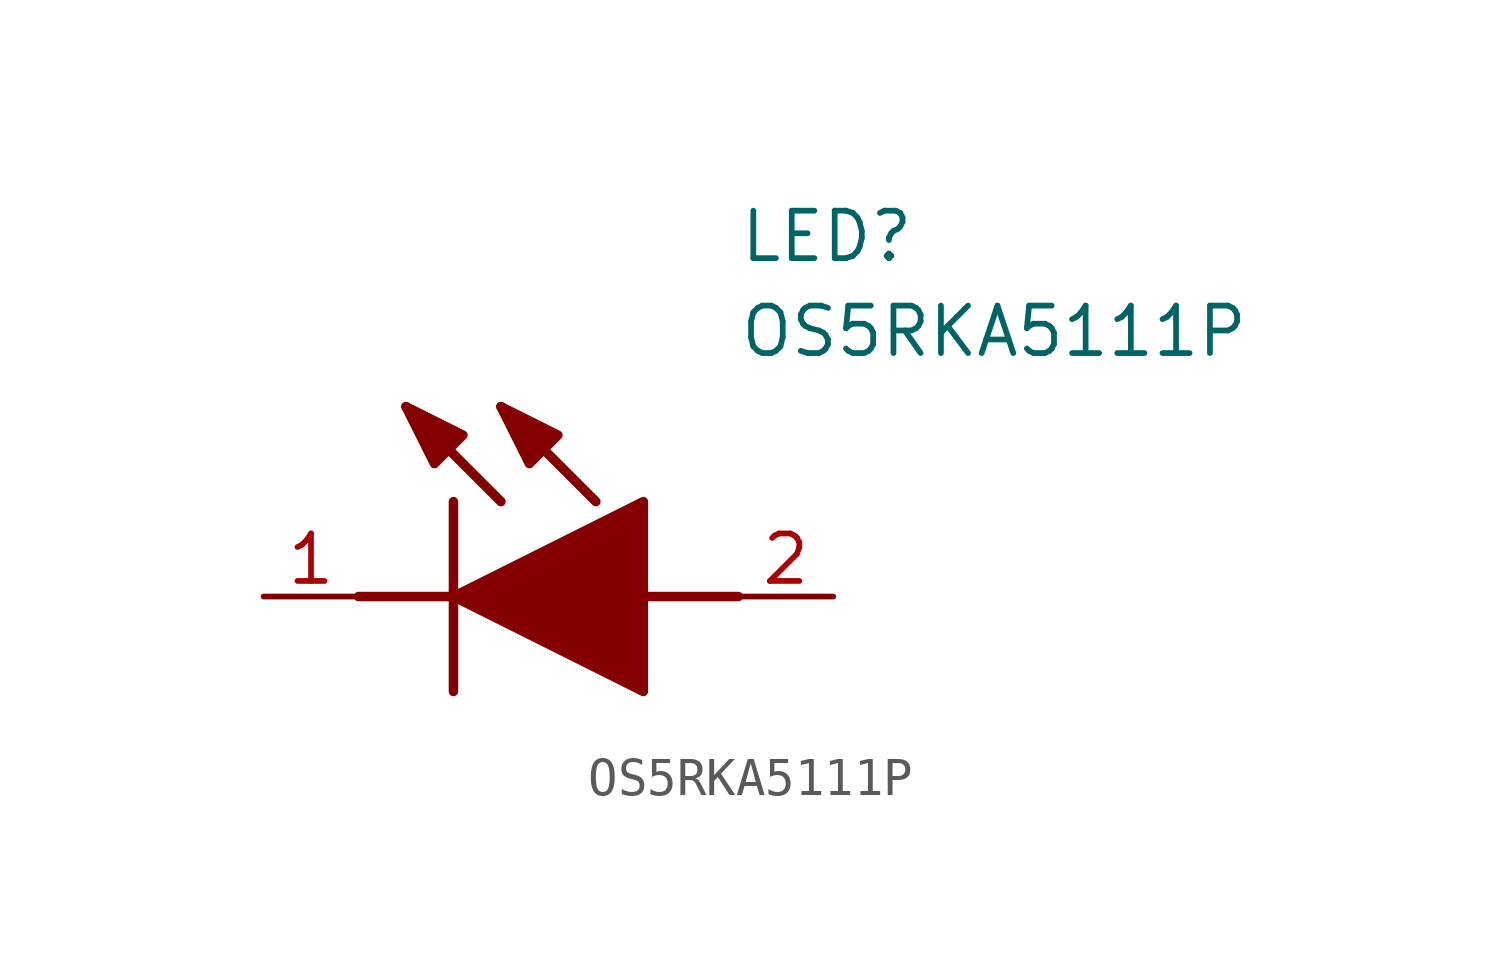
<source format=kicad_sym>
(kicad_symbol_lib
  (version 20211014)
  (generator SamacSys_ECAD_Model)
  (symbol "OS5RKA5111P"
    (pin_names hide)
    (property "Reference" "LED"
      (at 12.7 8.89 0)
      (effects (font (size 1.27 1.27)) (justify left bottom)))
    (property "Value" "OS5RKA5111P"
      (at 12.7 6.35 0)
      (effects (font (size 1.27 1.27)) (justify left bottom)))
    (polyline
      (pts (xy 5.08 2.54) (xy 5.08 -2.54))
      (stroke (width 0.254) (type default))
      (fill (type none)))
    (polyline
      (pts (xy 6.35 2.54) (xy 3.81 5.08))
      (stroke (width 0.254) (type default))
      (fill (type none)))
    (polyline
      (pts (xy 8.89 2.54) (xy 6.35 5.08))
      (stroke (width 0.254) (type default))
      (fill (type none)))
    (polyline
      (pts (xy 2.54 0) (xy 5.08 0))
      (stroke (width 0.254) (type default))
      (fill (type none)))
    (polyline
      (pts (xy 10.16 0) (xy 12.7 0))
      (stroke (width 0.254) (type default))
      (fill (type none)))
    (polyline
      (pts (xy 5.08 0) (xy 10.16 2.54) (xy 10.16 -2.54) (xy 5.08 0))
      (stroke (width 0.254) (type default))
      (fill (type outline)))
    (polyline
      (pts (xy 5.334 4.318) (xy 4.572 3.556) (xy 3.81 5.08) (xy 5.334 4.318))
      (stroke (width 0.254) (type default))
      (fill (type outline)))
    (polyline
      (pts (xy 7.874 4.318) (xy 7.112 3.556) (xy 6.35 5.08) (xy 7.874 4.318))
      (stroke (width 0.254) (type default))
      (fill (type outline)))
    (pin passive line
      (at 0 0 0)
      (length 2.54)
      (name "K" (effects (font (size 1.27 1.27))))
      (number "1" (effects (font (size 1.27 1.27)))))
    (pin passive line
      (at 15.24 0 180)
      (length 2.54)
      (name "A" (effects (font (size 1.27 1.27))))
      (number "2" (effects (font (size 1.27 1.27)))))))
</source>
